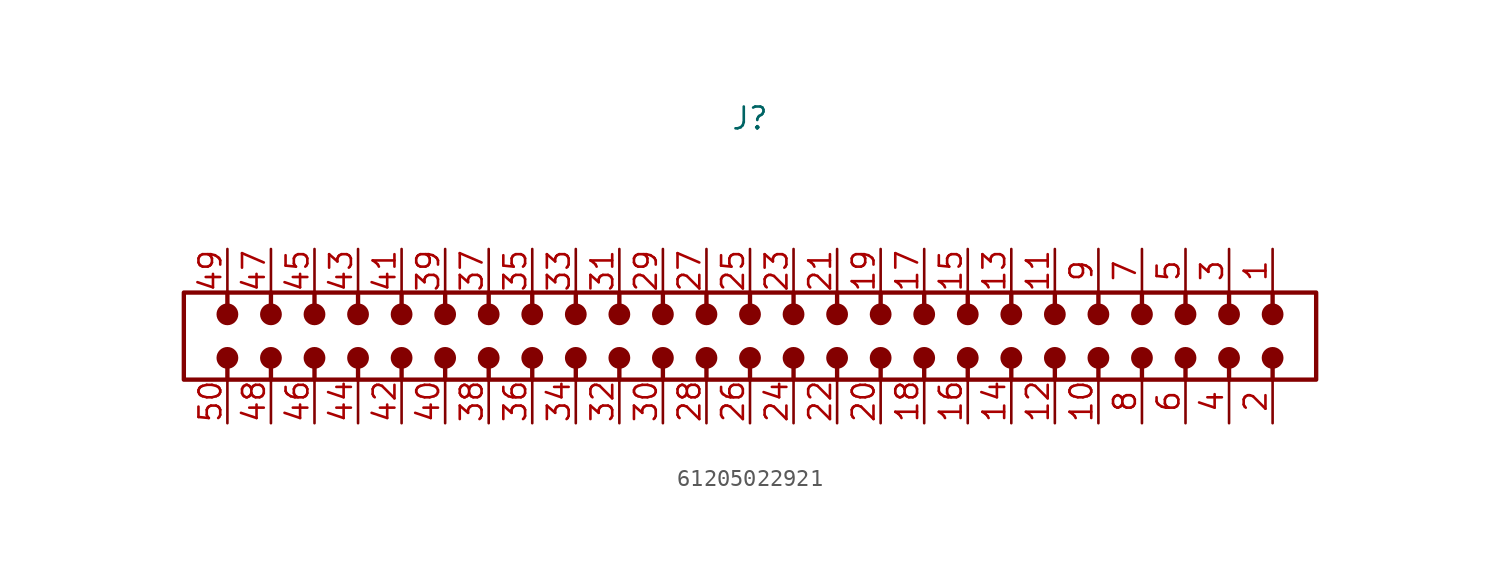
<source format=kicad_sym>
(kicad_symbol_lib
  (version 20241209)
  (generator "kicad_symbol_editor")
  (generator_version "9.0")
  (symbol "61205022921"
    (pin_names
      (hide yes))
    (property "Reference" "J"
      (at 0 12.7 0)
      (effects (font (size 1.27 1.27))))
    (symbol "61205022921_1_1"
      (rectangle (start -33.02 2.54) (end 33.02 -2.54) (stroke (width 0.254) (type solid)) (fill (type none)))
      (polyline (pts (xy -30.48 1.778) (xy -30.48 2.54)) (stroke (width 0.254) (type solid)) (fill (type none)))
      (circle (center -30.48 1.27) (radius 0.508) (stroke (width 0.254) (type solid)) (fill (type outline)))
      (circle (center -30.48 -1.27) (radius 0.508) (stroke (width 0.254) (type solid)) (fill (type outline)))
      (polyline (pts (xy -30.48 -1.778) (xy -30.48 -2.54)) (stroke (width 0.254) (type solid)) (fill (type none)))
      (polyline (pts (xy -27.94 1.778) (xy -27.94 2.54)) (stroke (width 0.254) (type solid)) (fill (type none)))
      (circle (center -27.94 1.27) (radius 0.508) (stroke (width 0.254) (type solid)) (fill (type outline)))
      (circle (center -27.94 -1.27) (radius 0.508) (stroke (width 0.254) (type solid)) (fill (type outline)))
      (polyline (pts (xy -27.94 -1.778) (xy -27.94 -2.54)) (stroke (width 0.254) (type solid)) (fill (type none)))
      (polyline (pts (xy -25.4 1.778) (xy -25.4 2.54)) (stroke (width 0.254) (type solid)) (fill (type none)))
      (circle (center -25.4 1.27) (radius 0.508) (stroke (width 0.254) (type solid)) (fill (type outline)))
      (circle (center -25.4 -1.27) (radius 0.508) (stroke (width 0.254) (type solid)) (fill (type outline)))
      (polyline (pts (xy -25.4 -1.778) (xy -25.4 -2.54)) (stroke (width 0.254) (type solid)) (fill (type none)))
      (polyline (pts (xy -22.86 1.778) (xy -22.86 2.54)) (stroke (width 0.254) (type solid)) (fill (type none)))
      (circle (center -22.86 1.27) (radius 0.508) (stroke (width 0.254) (type solid)) (fill (type outline)))
      (circle (center -22.86 -1.27) (radius 0.508) (stroke (width 0.254) (type solid)) (fill (type outline)))
      (polyline (pts (xy -22.86 -1.778) (xy -22.86 -2.54)) (stroke (width 0.254) (type solid)) (fill (type none)))
      (polyline (pts (xy -20.32 1.778) (xy -20.32 2.54)) (stroke (width 0.254) (type solid)) (fill (type none)))
      (circle (center -20.32 1.27) (radius 0.508) (stroke (width 0.254) (type solid)) (fill (type outline)))
      (circle (center -20.32 -1.27) (radius 0.508) (stroke (width 0.254) (type solid)) (fill (type outline)))
      (polyline (pts (xy -20.32 -1.778) (xy -20.32 -2.54)) (stroke (width 0.254) (type solid)) (fill (type none)))
      (polyline (pts (xy -17.78 1.778) (xy -17.78 2.54)) (stroke (width 0.254) (type solid)) (fill (type none)))
      (circle (center -17.78 1.27) (radius 0.508) (stroke (width 0.254) (type solid)) (fill (type outline)))
      (circle (center -17.78 -1.27) (radius 0.508) (stroke (width 0.254) (type solid)) (fill (type outline)))
      (polyline (pts (xy -17.78 -1.778) (xy -17.78 -2.54)) (stroke (width 0.254) (type solid)) (fill (type none)))
      (polyline (pts (xy -15.24 1.778) (xy -15.24 2.54)) (stroke (width 0.254) (type solid)) (fill (type none)))
      (circle (center -15.24 1.27) (radius 0.508) (stroke (width 0.254) (type solid)) (fill (type outline)))
      (circle (center -15.24 -1.27) (radius 0.508) (stroke (width 0.254) (type solid)) (fill (type outline)))
      (polyline (pts (xy -15.24 -1.778) (xy -15.24 -2.54)) (stroke (width 0.254) (type solid)) (fill (type none)))
      (polyline (pts (xy -12.7 1.778) (xy -12.7 2.54)) (stroke (width 0.254) (type solid)) (fill (type none)))
      (circle (center -12.7 1.27) (radius 0.508) (stroke (width 0.254) (type solid)) (fill (type outline)))
      (circle (center -12.7 -1.27) (radius 0.508) (stroke (width 0.254) (type solid)) (fill (type outline)))
      (polyline (pts (xy -12.7 -1.778) (xy -12.7 -2.54)) (stroke (width 0.254) (type solid)) (fill (type none)))
      (polyline (pts (xy -10.16 1.778) (xy -10.16 2.54)) (stroke (width 0.254) (type solid)) (fill (type none)))
      (circle (center -10.16 1.27) (radius 0.508) (stroke (width 0.254) (type solid)) (fill (type outline)))
      (circle (center -10.16 -1.27) (radius 0.508) (stroke (width 0.254) (type solid)) (fill (type outline)))
      (polyline (pts (xy -10.16 -1.778) (xy -10.16 -2.54)) (stroke (width 0.254) (type solid)) (fill (type none)))
      (polyline (pts (xy -7.62 1.778) (xy -7.62 2.54)) (stroke (width 0.254) (type solid)) (fill (type none)))
      (circle (center -7.62 1.27) (radius 0.508) (stroke (width 0.254) (type solid)) (fill (type outline)))
      (circle (center -7.62 -1.27) (radius 0.508) (stroke (width 0.254) (type solid)) (fill (type outline)))
      (polyline (pts (xy -7.62 -1.778) (xy -7.62 -2.54)) (stroke (width 0.254) (type solid)) (fill (type none)))
      (polyline (pts (xy -5.08 1.778) (xy -5.08 2.54)) (stroke (width 0.254) (type solid)) (fill (type none)))
      (circle (center -5.08 1.27) (radius 0.508) (stroke (width 0.254) (type solid)) (fill (type outline)))
      (circle (center -5.08 -1.27) (radius 0.508) (stroke (width 0.254) (type solid)) (fill (type outline)))
      (polyline (pts (xy -5.08 -1.778) (xy -5.08 -2.54)) (stroke (width 0.254) (type solid)) (fill (type none)))
      (polyline (pts (xy -2.54 1.778) (xy -2.54 2.54)) (stroke (width 0.254) (type solid)) (fill (type none)))
      (circle (center -2.54 1.27) (radius 0.508) (stroke (width 0.254) (type solid)) (fill (type outline)))
      (circle (center -2.54 -1.27) (radius 0.508) (stroke (width 0.254) (type solid)) (fill (type outline)))
      (polyline (pts (xy -2.54 -1.778) (xy -2.54 -2.54)) (stroke (width 0.254) (type solid)) (fill (type none)))
      (polyline (pts (xy 0 1.778) (xy 0 2.54)) (stroke (width 0.254) (type solid)) (fill (type none)))
      (circle (center 0 1.27) (radius 0.508) (stroke (width 0.254) (type solid)) (fill (type outline)))
      (circle (center 0 -1.27) (radius 0.508) (stroke (width 0.254) (type solid)) (fill (type outline)))
      (polyline (pts (xy 0 -1.778) (xy 0 -2.54)) (stroke (width 0.254) (type solid)) (fill (type none)))
      (polyline (pts (xy 2.54 1.778) (xy 2.54 2.54)) (stroke (width 0.254) (type solid)) (fill (type none)))
      (circle (center 2.54 1.27) (radius 0.508) (stroke (width 0.254) (type solid)) (fill (type outline)))
      (circle (center 2.54 -1.27) (radius 0.508) (stroke (width 0.254) (type solid)) (fill (type outline)))
      (polyline (pts (xy 2.54 -1.778) (xy 2.54 -2.54)) (stroke (width 0.254) (type solid)) (fill (type none)))
      (polyline (pts (xy 5.08 1.778) (xy 5.08 2.54)) (stroke (width 0.254) (type solid)) (fill (type none)))
      (circle (center 5.08 1.27) (radius 0.508) (stroke (width 0.254) (type solid)) (fill (type outline)))
      (circle (center 5.08 -1.27) (radius 0.508) (stroke (width 0.254) (type solid)) (fill (type outline)))
      (polyline (pts (xy 5.08 -1.778) (xy 5.08 -2.54)) (stroke (width 0.254) (type solid)) (fill (type none)))
      (polyline (pts (xy 7.62 1.778) (xy 7.62 2.54)) (stroke (width 0.254) (type solid)) (fill (type none)))
      (circle (center 7.62 1.27) (radius 0.508) (stroke (width 0.254) (type solid)) (fill (type outline)))
      (circle (center 7.62 -1.27) (radius 0.508) (stroke (width 0.254) (type solid)) (fill (type outline)))
      (polyline (pts (xy 7.62 -1.778) (xy 7.62 -2.54)) (stroke (width 0.254) (type solid)) (fill (type none)))
      (polyline (pts (xy 10.16 1.778) (xy 10.16 2.54)) (stroke (width 0.254) (type solid)) (fill (type none)))
      (circle (center 10.16 1.27) (radius 0.508) (stroke (width 0.254) (type solid)) (fill (type outline)))
      (circle (center 10.16 -1.27) (radius 0.508) (stroke (width 0.254) (type solid)) (fill (type outline)))
      (polyline (pts (xy 10.16 -1.778) (xy 10.16 -2.54)) (stroke (width 0.254) (type solid)) (fill (type none)))
      (polyline (pts (xy 12.7 1.778) (xy 12.7 2.54)) (stroke (width 0.254) (type solid)) (fill (type none)))
      (circle (center 12.7 1.27) (radius 0.508) (stroke (width 0.254) (type solid)) (fill (type outline)))
      (circle (center 12.7 -1.27) (radius 0.508) (stroke (width 0.254) (type solid)) (fill (type outline)))
      (polyline (pts (xy 12.7 -1.778) (xy 12.7 -2.54)) (stroke (width 0.254) (type solid)) (fill (type none)))
      (polyline (pts (xy 15.24 1.778) (xy 15.24 2.54)) (stroke (width 0.254) (type solid)) (fill (type none)))
      (circle (center 15.24 1.27) (radius 0.508) (stroke (width 0.254) (type solid)) (fill (type outline)))
      (circle (center 15.24 -1.27) (radius 0.508) (stroke (width 0.254) (type solid)) (fill (type outline)))
      (polyline (pts (xy 15.24 -1.778) (xy 15.24 -2.54)) (stroke (width 0.254) (type solid)) (fill (type none)))
      (polyline (pts (xy 17.78 1.778) (xy 17.78 2.54)) (stroke (width 0.254) (type solid)) (fill (type none)))
      (circle (center 17.78 1.27) (radius 0.508) (stroke (width 0.254) (type solid)) (fill (type outline)))
      (circle (center 17.78 -1.27) (radius 0.508) (stroke (width 0.254) (type solid)) (fill (type outline)))
      (polyline (pts (xy 17.78 -1.778) (xy 17.78 -2.54)) (stroke (width 0.254) (type solid)) (fill (type none)))
      (polyline (pts (xy 20.32 1.778) (xy 20.32 2.54)) (stroke (width 0.254) (type solid)) (fill (type none)))
      (circle (center 20.32 1.27) (radius 0.508) (stroke (width 0.254) (type solid)) (fill (type outline)))
      (circle (center 20.32 -1.27) (radius 0.508) (stroke (width 0.254) (type solid)) (fill (type outline)))
      (polyline (pts (xy 20.32 -1.778) (xy 20.32 -2.54)) (stroke (width 0.254) (type solid)) (fill (type none)))
      (polyline (pts (xy 22.86 1.778) (xy 22.86 2.54)) (stroke (width 0.254) (type solid)) (fill (type none)))
      (circle (center 22.86 1.27) (radius 0.508) (stroke (width 0.254) (type solid)) (fill (type outline)))
      (circle (center 22.86 -1.27) (radius 0.508) (stroke (width 0.254) (type solid)) (fill (type outline)))
      (polyline (pts (xy 22.86 -1.778) (xy 22.86 -2.54)) (stroke (width 0.254) (type solid)) (fill (type none)))
      (polyline (pts (xy 25.4 1.778) (xy 25.4 2.54)) (stroke (width 0.254) (type solid)) (fill (type none)))
      (circle (center 25.4 1.27) (radius 0.508) (stroke (width 0.254) (type solid)) (fill (type outline)))
      (circle (center 25.4 -1.27) (radius 0.508) (stroke (width 0.254) (type solid)) (fill (type outline)))
      (polyline (pts (xy 25.4 -1.778) (xy 25.4 -2.54)) (stroke (width 0.254) (type solid)) (fill (type none)))
      (polyline (pts (xy 27.94 1.778) (xy 27.94 2.54)) (stroke (width 0.254) (type solid)) (fill (type none)))
      (circle (center 27.94 1.27) (radius 0.508) (stroke (width 0.254) (type solid)) (fill (type outline)))
      (circle (center 27.94 -1.27) (radius 0.508) (stroke (width 0.254) (type solid)) (fill (type outline)))
      (polyline (pts (xy 27.94 -1.778) (xy 27.94 -2.54)) (stroke (width 0.254) (type solid)) (fill (type none)))
      (polyline (pts (xy 30.48 1.778) (xy 30.48 2.54)) (stroke (width 0.254) (type solid)) (fill (type none)))
      (circle (center 30.48 1.27) (radius 0.508) (stroke (width 0.254) (type solid)) (fill (type outline)))
      (circle (center 30.48 -1.27) (radius 0.508) (stroke (width 0.254) (type solid)) (fill (type outline)))
      (polyline (pts (xy 30.48 -1.778) (xy 30.48 -2.54)) (stroke (width 0.254) (type solid)) (fill (type none)))
      (pin passive line (at -30.48 5.08 270) (length 2.54) (name "49" (effects (font (size 1.27 1.27)))) (number "49" (effects (font (size 1.27 1.27)))))
      (pin passive line (at -30.48 -5.08 90) (length 2.54) (name "50" (effects (font (size 1.27 1.27)))) (number "50" (effects (font (size 1.27 1.27)))))
      (pin passive line (at -27.94 5.08 270) (length 2.54) (name "47" (effects (font (size 1.27 1.27)))) (number "47" (effects (font (size 1.27 1.27)))))
      (pin passive line (at -27.94 -5.08 90) (length 2.54) (name "48" (effects (font (size 1.27 1.27)))) (number "48" (effects (font (size 1.27 1.27)))))
      (pin passive line (at -25.4 5.08 270) (length 2.54) (name "45" (effects (font (size 1.27 1.27)))) (number "45" (effects (font (size 1.27 1.27)))))
      (pin passive line (at -25.4 -5.08 90) (length 2.54) (name "46" (effects (font (size 1.27 1.27)))) (number "46" (effects (font (size 1.27 1.27)))))
      (pin passive line (at -22.86 5.08 270) (length 2.54) (name "43" (effects (font (size 1.27 1.27)))) (number "43" (effects (font (size 1.27 1.27)))))
      (pin passive line (at -22.86 -5.08 90) (length 2.54) (name "44" (effects (font (size 1.27 1.27)))) (number "44" (effects (font (size 1.27 1.27)))))
      (pin passive line (at -20.32 5.08 270) (length 2.54) (name "41" (effects (font (size 1.27 1.27)))) (number "41" (effects (font (size 1.27 1.27)))))
      (pin passive line (at -20.32 -5.08 90) (length 2.54) (name "42" (effects (font (size 1.27 1.27)))) (number "42" (effects (font (size 1.27 1.27)))))
      (pin passive line (at -17.78 5.08 270) (length 2.54) (name "39" (effects (font (size 1.27 1.27)))) (number "39" (effects (font (size 1.27 1.27)))))
      (pin passive line (at -17.78 -5.08 90) (length 2.54) (name "40" (effects (font (size 1.27 1.27)))) (number "40" (effects (font (size 1.27 1.27)))))
      (pin passive line (at -15.24 5.08 270) (length 2.54) (name "37" (effects (font (size 1.27 1.27)))) (number "37" (effects (font (size 1.27 1.27)))))
      (pin passive line (at -15.24 -5.08 90) (length 2.54) (name "38" (effects (font (size 1.27 1.27)))) (number "38" (effects (font (size 1.27 1.27)))))
      (pin passive line (at -12.7 5.08 270) (length 2.54) (name "35" (effects (font (size 1.27 1.27)))) (number "35" (effects (font (size 1.27 1.27)))))
      (pin passive line (at -12.7 -5.08 90) (length 2.54) (name "36" (effects (font (size 1.27 1.27)))) (number "36" (effects (font (size 1.27 1.27)))))
      (pin passive line (at -10.16 5.08 270) (length 2.54) (name "33" (effects (font (size 1.27 1.27)))) (number "33" (effects (font (size 1.27 1.27)))))
      (pin passive line (at -10.16 -5.08 90) (length 2.54) (name "34" (effects (font (size 1.27 1.27)))) (number "34" (effects (font (size 1.27 1.27)))))
      (pin passive line (at -7.62 5.08 270) (length 2.54) (name "31" (effects (font (size 1.27 1.27)))) (number "31" (effects (font (size 1.27 1.27)))))
      (pin passive line (at -7.62 -5.08 90) (length 2.54) (name "32" (effects (font (size 1.27 1.27)))) (number "32" (effects (font (size 1.27 1.27)))))
      (pin passive line (at -5.08 5.08 270) (length 2.54) (name "29" (effects (font (size 1.27 1.27)))) (number "29" (effects (font (size 1.27 1.27)))))
      (pin passive line (at -5.08 -5.08 90) (length 2.54) (name "30" (effects (font (size 1.27 1.27)))) (number "30" (effects (font (size 1.27 1.27)))))
      (pin passive line (at -2.54 5.08 270) (length 2.54) (name "27" (effects (font (size 1.27 1.27)))) (number "27" (effects (font (size 1.27 1.27)))))
      (pin passive line (at -2.54 -5.08 90) (length 2.54) (name "28" (effects (font (size 1.27 1.27)))) (number "28" (effects (font (size 1.27 1.27)))))
      (pin passive line (at 0 5.08 270) (length 2.54) (name "25" (effects (font (size 1.27 1.27)))) (number "25" (effects (font (size 1.27 1.27)))))
      (pin passive line (at 0 -5.08 90) (length 2.54) (name "26" (effects (font (size 1.27 1.27)))) (number "26" (effects (font (size 1.27 1.27)))))
      (pin passive line (at 2.54 5.08 270) (length 2.54) (name "23" (effects (font (size 1.27 1.27)))) (number "23" (effects (font (size 1.27 1.27)))))
      (pin passive line (at 2.54 -5.08 90) (length 2.54) (name "24" (effects (font (size 1.27 1.27)))) (number "24" (effects (font (size 1.27 1.27)))))
      (pin passive line (at 5.08 5.08 270) (length 2.54) (name "21" (effects (font (size 1.27 1.27)))) (number "21" (effects (font (size 1.27 1.27)))))
      (pin passive line (at 5.08 -5.08 90) (length 2.54) (name "22" (effects (font (size 1.27 1.27)))) (number "22" (effects (font (size 1.27 1.27)))))
      (pin passive line (at 7.62 5.08 270) (length 2.54) (name "19" (effects (font (size 1.27 1.27)))) (number "19" (effects (font (size 1.27 1.27)))))
      (pin passive line (at 7.62 -5.08 90) (length 2.54) (name "20" (effects (font (size 1.27 1.27)))) (number "20" (effects (font (size 1.27 1.27)))))
      (pin passive line (at 10.16 5.08 270) (length 2.54) (name "17" (effects (font (size 1.27 1.27)))) (number "17" (effects (font (size 1.27 1.27)))))
      (pin passive line (at 10.16 -5.08 90) (length 2.54) (name "18" (effects (font (size 1.27 1.27)))) (number "18" (effects (font (size 1.27 1.27)))))
      (pin passive line (at 12.7 5.08 270) (length 2.54) (name "15" (effects (font (size 1.27 1.27)))) (number "15" (effects (font (size 1.27 1.27)))))
      (pin passive line (at 12.7 -5.08 90) (length 2.54) (name "16" (effects (font (size 1.27 1.27)))) (number "16" (effects (font (size 1.27 1.27)))))
      (pin passive line (at 15.24 5.08 270) (length 2.54) (name "13" (effects (font (size 1.27 1.27)))) (number "13" (effects (font (size 1.27 1.27)))))
      (pin passive line (at 15.24 -5.08 90) (length 2.54) (name "14" (effects (font (size 1.27 1.27)))) (number "14" (effects (font (size 1.27 1.27)))))
      (pin passive line (at 17.78 5.08 270) (length 2.54) (name "11" (effects (font (size 1.27 1.27)))) (number "11" (effects (font (size 1.27 1.27)))))
      (pin passive line (at 17.78 -5.08 90) (length 2.54) (name "12" (effects (font (size 1.27 1.27)))) (number "12" (effects (font (size 1.27 1.27)))))
      (pin passive line (at 20.32 5.08 270) (length 2.54) (name "9" (effects (font (size 1.27 1.27)))) (number "9" (effects (font (size 1.27 1.27)))))
      (pin passive line (at 20.32 -5.08 90) (length 2.54) (name "10" (effects (font (size 1.27 1.27)))) (number "10" (effects (font (size 1.27 1.27)))))
      (pin passive line (at 22.86 5.08 270) (length 2.54) (name "7" (effects (font (size 1.27 1.27)))) (number "7" (effects (font (size 1.27 1.27)))))
      (pin passive line (at 22.86 -5.08 90) (length 2.54) (name "8" (effects (font (size 1.27 1.27)))) (number "8" (effects (font (size 1.27 1.27)))))
      (pin passive line (at 25.4 5.08 270) (length 2.54) (name "5" (effects (font (size 1.27 1.27)))) (number "5" (effects (font (size 1.27 1.27)))))
      (pin passive line (at 25.4 -5.08 90) (length 2.54) (name "6" (effects (font (size 1.27 1.27)))) (number "6" (effects (font (size 1.27 1.27)))))
      (pin passive line (at 27.94 5.08 270) (length 2.54) (name "3" (effects (font (size 1.27 1.27)))) (number "3" (effects (font (size 1.27 1.27)))))
      (pin passive line (at 27.94 -5.08 90) (length 2.54) (name "4" (effects (font (size 1.27 1.27)))) (number "4" (effects (font (size 1.27 1.27)))))
      (pin passive line (at 30.48 5.08 270) (length 2.54) (name "1" (effects (font (size 1.27 1.27)))) (number "1" (effects (font (size 1.27 1.27)))))
      (pin passive line (at 30.48 -5.08 90) (length 2.54) (name "2" (effects (font (size 1.27 1.27)))) (number "2" (effects (font (size 1.27 1.27))))))))
</source>
